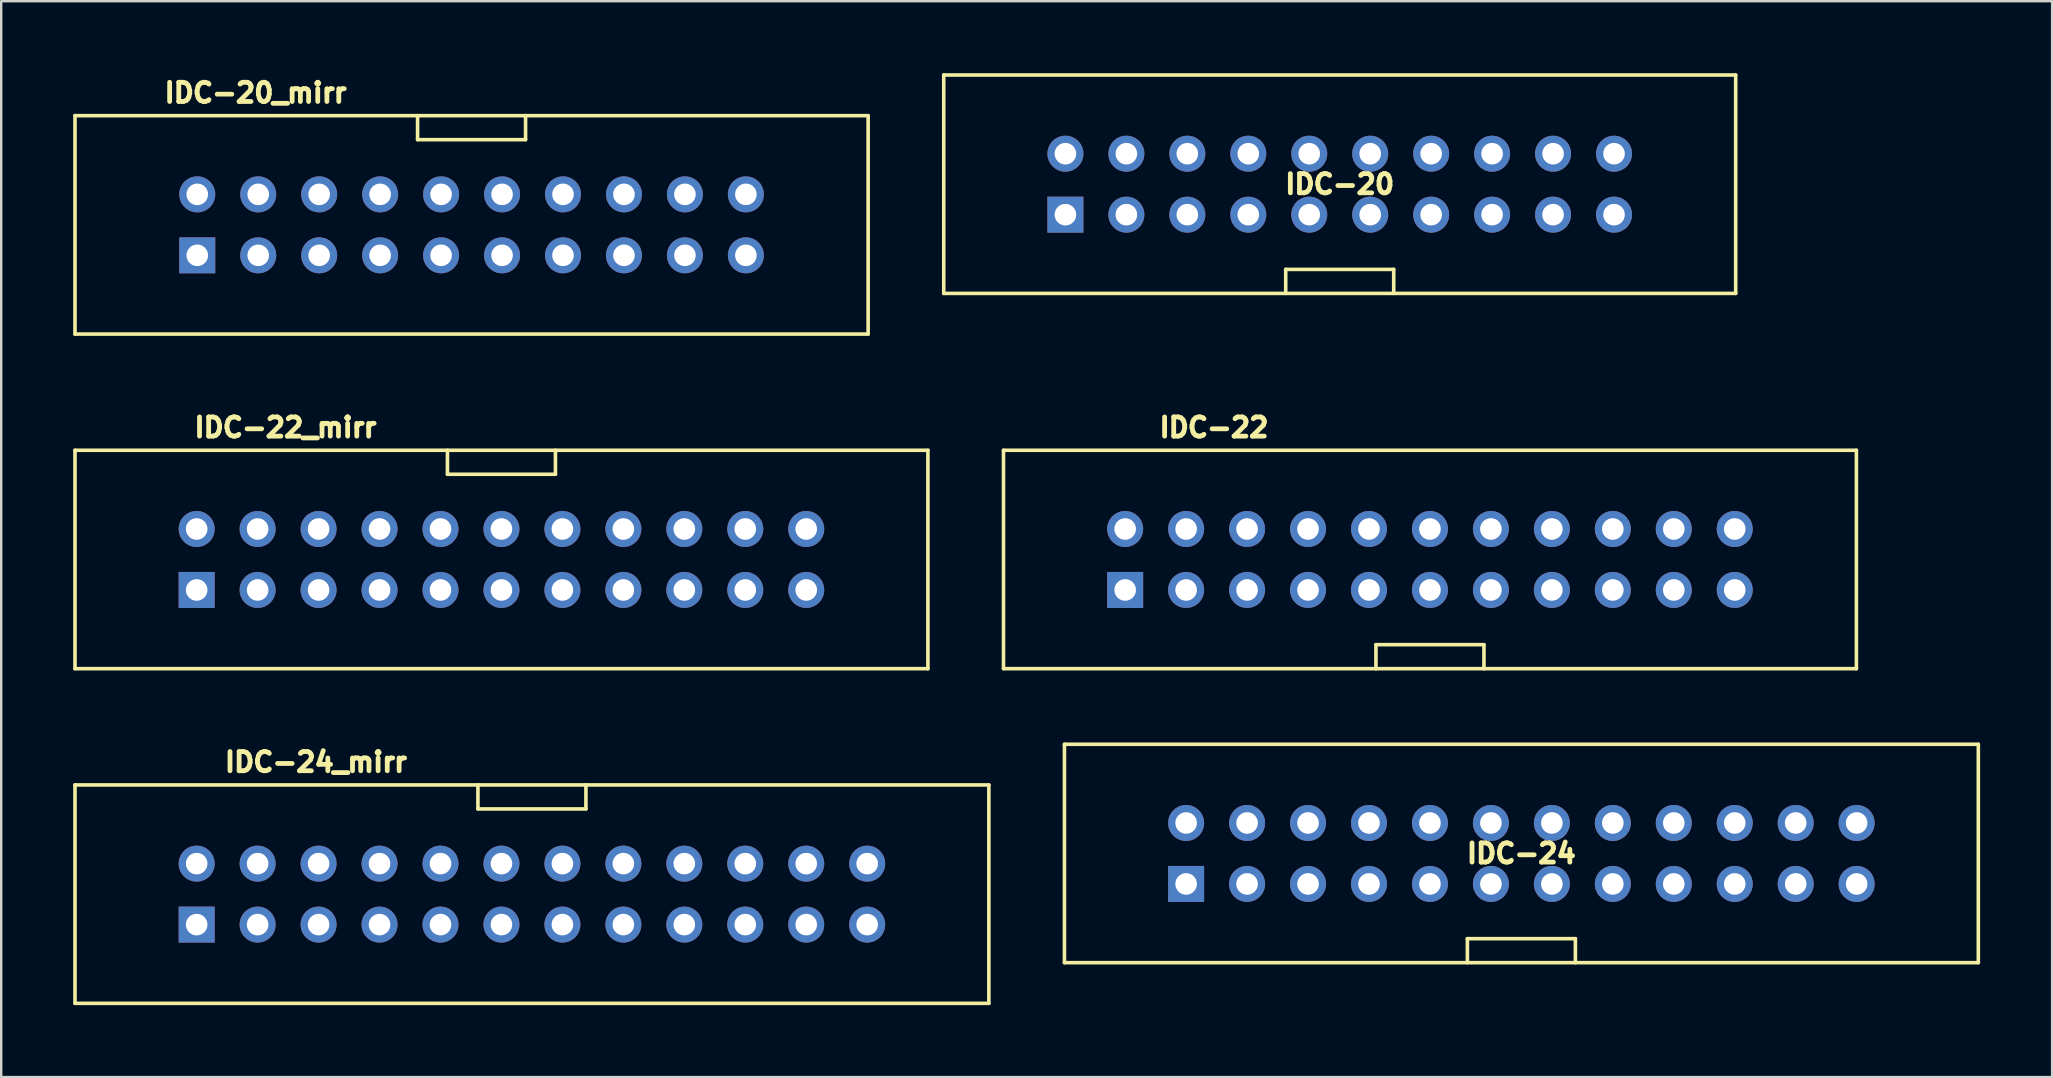
<source format=kicad_pcb>
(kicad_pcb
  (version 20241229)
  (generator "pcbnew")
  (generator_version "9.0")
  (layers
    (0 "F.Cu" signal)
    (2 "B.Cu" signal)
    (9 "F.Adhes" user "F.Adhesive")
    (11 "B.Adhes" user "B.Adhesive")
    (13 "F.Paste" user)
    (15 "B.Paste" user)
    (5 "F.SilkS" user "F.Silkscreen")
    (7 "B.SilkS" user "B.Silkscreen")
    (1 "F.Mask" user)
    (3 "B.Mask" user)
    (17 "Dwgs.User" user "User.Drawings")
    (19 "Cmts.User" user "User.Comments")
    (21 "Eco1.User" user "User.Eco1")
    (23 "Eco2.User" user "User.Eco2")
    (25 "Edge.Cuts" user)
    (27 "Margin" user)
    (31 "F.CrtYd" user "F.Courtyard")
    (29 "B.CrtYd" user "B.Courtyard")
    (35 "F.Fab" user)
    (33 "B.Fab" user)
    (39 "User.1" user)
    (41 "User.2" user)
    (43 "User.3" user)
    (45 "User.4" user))
  (footprint "IDC-22_mirr"
    (layer "F.Cu")
    (at 17.845 20.263)
    (property "Reference" "IDC-22_mirr" (at -9 -5.5 0) (layer "F.SilkS") (effects (font (size 0.8 0.8) (thickness 0.2))))
    (attr through_hole)
    (fp_line (start -17.77 4.55) (end -17.77 -4.55) (stroke (width 0.15) (type solid)) (layer "F.SilkS"))
    (fp_line (start -17.77 4.55) (end 17.77 4.55) (stroke (width 0.15) (type solid)) (layer "F.SilkS"))
    (fp_line (start -2.25 -3.55) (end -2.25 -4.55) (stroke (width 0.15) (type solid)) (layer "F.SilkS"))
    (fp_line (start 2.25 -3.55) (end -2.25 -3.55) (stroke (width 0.15) (type solid)) (layer "F.SilkS"))
    (fp_line (start 2.25 -3.55) (end 2.25 -4.55) (stroke (width 0.15) (type solid)) (layer "F.SilkS"))
    (fp_line (start 17.77 -4.55) (end -17.77 -4.55) (stroke (width 0.15) (type solid)) (layer "F.SilkS"))
    (fp_line (start 17.77 4.55) (end 17.77 -4.55) (stroke (width 0.15) (type solid)) (layer "F.SilkS"))
    (pad "1" thru_hole rect (at -12.7 1.27) (size 1.5 1.5) (drill 0.9) (layers "*.Cu" "*.Mask"))
    (pad "2" thru_hole circle (at -12.7 -1.27) (size 1.5 1.5) (drill 0.9) (layers "*.Cu" "*.Mask"))
    (pad "3" thru_hole circle (at -10.16 1.27) (size 1.5 1.5) (drill 0.9) (layers "*.Cu" "*.Mask"))
    (pad "4" thru_hole circle (at -10.16 -1.27) (size 1.5 1.5) (drill 0.9) (layers "*.Cu" "*.Mask"))
    (pad "5" thru_hole circle (at -7.62 1.27) (size 1.5 1.5) (drill 0.9) (layers "*.Cu" "*.Mask"))
    (pad "6" thru_hole circle (at -7.62 -1.27) (size 1.5 1.5) (drill 0.9) (layers "*.Cu" "*.Mask"))
    (pad "7" thru_hole circle (at -5.08 1.27) (size 1.5 1.5) (drill 0.9) (layers "*.Cu" "*.Mask"))
    (pad "8" thru_hole circle (at -5.08 -1.27) (size 1.5 1.5) (drill 0.9) (layers "*.Cu" "*.Mask"))
    (pad "9" thru_hole circle (at -2.54 1.27) (size 1.5 1.5) (drill 0.9) (layers "*.Cu" "*.Mask"))
    (pad "10" thru_hole circle (at -2.54 -1.27) (size 1.5 1.5) (drill 0.9) (layers "*.Cu" "*.Mask"))
    (pad "11" thru_hole circle (at 0 1.27) (size 1.5 1.5) (drill 0.9) (layers "*.Cu" "*.Mask"))
    (pad "12" thru_hole circle (at 0 -1.27) (size 1.5 1.5) (drill 0.9) (layers "*.Cu" "*.Mask"))
    (pad "13" thru_hole circle (at 2.54 1.27) (size 1.5 1.5) (drill 0.9) (layers "*.Cu" "*.Mask"))
    (pad "14" thru_hole circle (at 2.54 -1.27) (size 1.5 1.5) (drill 0.9) (layers "*.Cu" "*.Mask"))
    (pad "15" thru_hole circle (at 5.08 1.27) (size 1.5 1.5) (drill 0.9) (layers "*.Cu" "*.Mask"))
    (pad "16" thru_hole circle (at 5.08 -1.27) (size 1.5 1.5) (drill 0.9) (layers "*.Cu" "*.Mask"))
    (pad "17" thru_hole circle (at 7.62 1.27) (size 1.5 1.5) (drill 0.9) (layers "*.Cu" "*.Mask"))
    (pad "18" thru_hole circle (at 7.62 -1.27) (size 1.5 1.5) (drill 0.9) (layers "*.Cu" "*.Mask"))
    (pad "19" thru_hole circle (at 10.16 1.27) (size 1.5 1.5) (drill 0.9) (layers "*.Cu" "*.Mask"))
    (pad "20" thru_hole circle (at 10.16 -1.27) (size 1.5 1.5) (drill 0.9) (layers "*.Cu" "*.Mask"))
    (pad "21" thru_hole circle (at 12.7 1.27) (size 1.5 1.5) (drill 0.9) (layers "*.Cu" "*.Mask"))
    (pad "22" thru_hole circle (at 12.7 -1.27) (size 1.5 1.5) (drill 0.9) (layers "*.Cu" "*.Mask")))
  (footprint "IDC-24"
    (layer "F.Cu")
    (at 60.345 32.513)
    (property "Reference" "IDC-24" (at 0 0 0) (layer "F.SilkS") (effects (font (size 0.8 0.8) (thickness 0.2))))
    (attr through_hole)
    (fp_line (start -19.04 4.55) (end -19.04 -4.55) (stroke (width 0.15) (type solid)) (layer "F.SilkS"))
    (fp_line (start -19.04 4.55) (end 19.04 4.55) (stroke (width 0.15) (type solid)) (layer "F.SilkS"))
    (fp_line (start -2.25 3.55) (end -2.25 4.55) (stroke (width 0.15) (type solid)) (layer "F.SilkS"))
    (fp_line (start 2.25 3.55) (end -2.25 3.55) (stroke (width 0.15) (type solid)) (layer "F.SilkS"))
    (fp_line (start 2.25 3.55) (end 2.25 4.55) (stroke (width 0.15) (type solid)) (layer "F.SilkS"))
    (fp_line (start 19.04 -4.55) (end -19.04 -4.55) (stroke (width 0.15) (type solid)) (layer "F.SilkS"))
    (fp_line (start 19.04 4.55) (end 19.04 -4.55) (stroke (width 0.15) (type solid)) (layer "F.SilkS"))
    (pad "1" thru_hole rect (at -13.97 1.27) (size 1.5 1.5) (drill 0.9) (layers "*.Cu" "*.Mask"))
    (pad "2" thru_hole circle (at -13.97 -1.27) (size 1.5 1.5) (drill 0.9) (layers "*.Cu" "*.Mask"))
    (pad "3" thru_hole circle (at -11.43 1.27) (size 1.5 1.5) (drill 0.9) (layers "*.Cu" "*.Mask"))
    (pad "4" thru_hole circle (at -11.43 -1.27) (size 1.5 1.5) (drill 0.9) (layers "*.Cu" "*.Mask"))
    (pad "5" thru_hole circle (at -8.89 1.27) (size 1.5 1.5) (drill 0.9) (layers "*.Cu" "*.Mask"))
    (pad "6" thru_hole circle (at -8.89 -1.27) (size 1.5 1.5) (drill 0.9) (layers "*.Cu" "*.Mask"))
    (pad "7" thru_hole circle (at -6.35 1.27) (size 1.5 1.5) (drill 0.9) (layers "*.Cu" "*.Mask"))
    (pad "8" thru_hole circle (at -6.35 -1.27) (size 1.5 1.5) (drill 0.9) (layers "*.Cu" "*.Mask"))
    (pad "9" thru_hole circle (at -3.81 1.27) (size 1.5 1.5) (drill 0.9) (layers "*.Cu" "*.Mask"))
    (pad "10" thru_hole circle (at -3.81 -1.27) (size 1.5 1.5) (drill 0.9) (layers "*.Cu" "*.Mask"))
    (pad "11" thru_hole circle (at -1.27 1.27) (size 1.5 1.5) (drill 0.9) (layers "*.Cu" "*.Mask"))
    (pad "12" thru_hole circle (at -1.27 -1.27) (size 1.5 1.5) (drill 0.9) (layers "*.Cu" "*.Mask"))
    (pad "13" thru_hole circle (at 1.27 1.27) (size 1.5 1.5) (drill 0.9) (layers "*.Cu" "*.Mask"))
    (pad "14" thru_hole circle (at 1.27 -1.27) (size 1.5 1.5) (drill 0.9) (layers "*.Cu" "*.Mask"))
    (pad "15" thru_hole circle (at 3.81 1.27) (size 1.5 1.5) (drill 0.9) (layers "*.Cu" "*.Mask"))
    (pad "16" thru_hole circle (at 3.81 -1.27) (size 1.5 1.5) (drill 0.9) (layers "*.Cu" "*.Mask"))
    (pad "17" thru_hole circle (at 6.35 1.27) (size 1.5 1.5) (drill 0.9) (layers "*.Cu" "*.Mask"))
    (pad "18" thru_hole circle (at 6.35 -1.27) (size 1.5 1.5) (drill 0.9) (layers "*.Cu" "*.Mask"))
    (pad "19" thru_hole circle (at 8.89 1.27) (size 1.5 1.5) (drill 0.9) (layers "*.Cu" "*.Mask"))
    (pad "20" thru_hole circle (at 8.89 -1.27) (size 1.5 1.5) (drill 0.9) (layers "*.Cu" "*.Mask"))
    (pad "21" thru_hole circle (at 11.43 1.27) (size 1.5 1.5) (drill 0.9) (layers "*.Cu" "*.Mask"))
    (pad "22" thru_hole circle (at 11.43 -1.27) (size 1.5 1.5) (drill 0.9) (layers "*.Cu" "*.Mask"))
    (pad "23" thru_hole circle (at 13.97 1.27) (size 1.5 1.5) (drill 0.9) (layers "*.Cu" "*.Mask"))
    (pad "24" thru_hole circle (at 13.97 -1.27) (size 1.5 1.5) (drill 0.9) (layers "*.Cu" "*.Mask")))
  (footprint "IDC-22"
    (layer "F.Cu")
    (at 56.535 20.263)
    (property "Reference" "IDC-22" (at -9 -5.5 0) (layer "F.SilkS") (effects (font (size 0.8 0.8) (thickness 0.2))))
    (attr through_hole)
    (fp_line (start -17.77 4.55) (end -17.77 -4.55) (stroke (width 0.15) (type solid)) (layer "F.SilkS"))
    (fp_line (start -17.77 4.55) (end 17.77 4.55) (stroke (width 0.15) (type solid)) (layer "F.SilkS"))
    (fp_line (start -2.25 3.55) (end -2.25 4.55) (stroke (width 0.15) (type solid)) (layer "F.SilkS"))
    (fp_line (start 2.25 3.55) (end -2.25 3.55) (stroke (width 0.15) (type solid)) (layer "F.SilkS"))
    (fp_line (start 2.25 3.55) (end 2.25 4.55) (stroke (width 0.15) (type solid)) (layer "F.SilkS"))
    (fp_line (start 17.77 -4.55) (end -17.77 -4.55) (stroke (width 0.15) (type solid)) (layer "F.SilkS"))
    (fp_line (start 17.77 4.55) (end 17.77 -4.55) (stroke (width 0.15) (type solid)) (layer "F.SilkS"))
    (pad "1" thru_hole rect (at -12.7 1.27) (size 1.5 1.5) (drill 0.9) (layers "*.Cu" "*.Mask"))
    (pad "2" thru_hole circle (at -12.7 -1.27) (size 1.5 1.5) (drill 0.9) (layers "*.Cu" "*.Mask"))
    (pad "3" thru_hole circle (at -10.16 1.27) (size 1.5 1.5) (drill 0.9) (layers "*.Cu" "*.Mask"))
    (pad "4" thru_hole circle (at -10.16 -1.27) (size 1.5 1.5) (drill 0.9) (layers "*.Cu" "*.Mask"))
    (pad "5" thru_hole circle (at -7.62 1.27) (size 1.5 1.5) (drill 0.9) (layers "*.Cu" "*.Mask"))
    (pad "6" thru_hole circle (at -7.62 -1.27) (size 1.5 1.5) (drill 0.9) (layers "*.Cu" "*.Mask"))
    (pad "7" thru_hole circle (at -5.08 1.27) (size 1.5 1.5) (drill 0.9) (layers "*.Cu" "*.Mask"))
    (pad "8" thru_hole circle (at -5.08 -1.27) (size 1.5 1.5) (drill 0.9) (layers "*.Cu" "*.Mask"))
    (pad "9" thru_hole circle (at -2.54 1.27) (size 1.5 1.5) (drill 0.9) (layers "*.Cu" "*.Mask"))
    (pad "10" thru_hole circle (at -2.54 -1.27) (size 1.5 1.5) (drill 0.9) (layers "*.Cu" "*.Mask"))
    (pad "11" thru_hole circle (at 0 1.27) (size 1.5 1.5) (drill 0.9) (layers "*.Cu" "*.Mask"))
    (pad "12" thru_hole circle (at 0 -1.27) (size 1.5 1.5) (drill 0.9) (layers "*.Cu" "*.Mask"))
    (pad "13" thru_hole circle (at 2.54 1.27) (size 1.5 1.5) (drill 0.9) (layers "*.Cu" "*.Mask"))
    (pad "14" thru_hole circle (at 2.54 -1.27) (size 1.5 1.5) (drill 0.9) (layers "*.Cu" "*.Mask"))
    (pad "15" thru_hole circle (at 5.08 1.27) (size 1.5 1.5) (drill 0.9) (layers "*.Cu" "*.Mask"))
    (pad "16" thru_hole circle (at 5.08 -1.27) (size 1.5 1.5) (drill 0.9) (layers "*.Cu" "*.Mask"))
    (pad "17" thru_hole circle (at 7.62 1.27) (size 1.5 1.5) (drill 0.9) (layers "*.Cu" "*.Mask"))
    (pad "18" thru_hole circle (at 7.62 -1.27) (size 1.5 1.5) (drill 0.9) (layers "*.Cu" "*.Mask"))
    (pad "19" thru_hole circle (at 10.16 1.27) (size 1.5 1.5) (drill 0.9) (layers "*.Cu" "*.Mask"))
    (pad "20" thru_hole circle (at 10.16 -1.27) (size 1.5 1.5) (drill 0.9) (layers "*.Cu" "*.Mask"))
    (pad "21" thru_hole circle (at 12.7 1.27) (size 1.5 1.5) (drill 0.9) (layers "*.Cu" "*.Mask"))
    (pad "22" thru_hole circle (at 12.7 -1.27) (size 1.5 1.5) (drill 0.9) (layers "*.Cu" "*.Mask")))
  (footprint "IDC-20"
    (layer "F.Cu")
    (at 52.775 4.625)
    (property "Reference" "IDC-20" (at 0 0 0) (layer "F.SilkS") (effects (font (size 0.8 0.8) (thickness 0.2))))
    (attr through_hole)
    (fp_line (start -16.5 4.55) (end -16.5 -4.55) (stroke (width 0.15) (type solid)) (layer "F.SilkS"))
    (fp_line (start -16.5 4.55) (end 16.5 4.55) (stroke (width 0.15) (type solid)) (layer "F.SilkS"))
    (fp_line (start -2.25 3.55) (end -2.25 4.55) (stroke (width 0.15) (type solid)) (layer "F.SilkS"))
    (fp_line (start 2.25 3.55) (end -2.25 3.55) (stroke (width 0.15) (type solid)) (layer "F.SilkS"))
    (fp_line (start 2.25 3.55) (end 2.25 4.55) (stroke (width 0.15) (type solid)) (layer "F.SilkS"))
    (fp_line (start 16.5 -4.55) (end -16.5 -4.55) (stroke (width 0.15) (type solid)) (layer "F.SilkS"))
    (fp_line (start 16.5 4.55) (end 16.5 -4.55) (stroke (width 0.15) (type solid)) (layer "F.SilkS"))
    (pad "1" thru_hole rect (at -11.43 1.27) (size 1.5 1.5) (drill 0.9) (layers "*.Cu" "*.Mask"))
    (pad "2" thru_hole circle (at -11.43 -1.27) (size 1.5 1.5) (drill 0.9) (layers "*.Cu" "*.Mask"))
    (pad "3" thru_hole circle (at -8.89 1.27) (size 1.5 1.5) (drill 0.9) (layers "*.Cu" "*.Mask"))
    (pad "4" thru_hole circle (at -8.89 -1.27) (size 1.5 1.5) (drill 0.9) (layers "*.Cu" "*.Mask"))
    (pad "5" thru_hole circle (at -6.35 1.27) (size 1.5 1.5) (drill 0.9) (layers "*.Cu" "*.Mask"))
    (pad "6" thru_hole circle (at -6.35 -1.27) (size 1.5 1.5) (drill 0.9) (layers "*.Cu" "*.Mask"))
    (pad "7" thru_hole circle (at -3.81 1.27) (size 1.5 1.5) (drill 0.9) (layers "*.Cu" "*.Mask"))
    (pad "8" thru_hole circle (at -3.81 -1.27) (size 1.5 1.5) (drill 0.9) (layers "*.Cu" "*.Mask"))
    (pad "9" thru_hole circle (at -1.27 1.27) (size 1.5 1.5) (drill 0.9) (layers "*.Cu" "*.Mask"))
    (pad "10" thru_hole circle (at -1.27 -1.27) (size 1.5 1.5) (drill 0.9) (layers "*.Cu" "*.Mask"))
    (pad "11" thru_hole circle (at 1.27 1.27) (size 1.5 1.5) (drill 0.9) (layers "*.Cu" "*.Mask"))
    (pad "12" thru_hole circle (at 1.27 -1.27) (size 1.5 1.5) (drill 0.9) (layers "*.Cu" "*.Mask"))
    (pad "13" thru_hole circle (at 3.81 1.27) (size 1.5 1.5) (drill 0.9) (layers "*.Cu" "*.Mask"))
    (pad "14" thru_hole circle (at 3.81 -1.27) (size 1.5 1.5) (drill 0.9) (layers "*.Cu" "*.Mask"))
    (pad "15" thru_hole circle (at 6.35 1.27) (size 1.5 1.5) (drill 0.9) (layers "*.Cu" "*.Mask"))
    (pad "16" thru_hole circle (at 6.35 -1.27) (size 1.5 1.5) (drill 0.9) (layers "*.Cu" "*.Mask"))
    (pad "17" thru_hole circle (at 8.89 1.27) (size 1.5 1.5) (drill 0.9) (layers "*.Cu" "*.Mask"))
    (pad "18" thru_hole circle (at 8.89 -1.27) (size 1.5 1.5) (drill 0.9) (layers "*.Cu" "*.Mask"))
    (pad "19" thru_hole circle (at 11.43 1.27) (size 1.5 1.5) (drill 0.9) (layers "*.Cu" "*.Mask"))
    (pad "20" thru_hole circle (at 11.43 -1.27) (size 1.5 1.5) (drill 0.9) (layers "*.Cu" "*.Mask")))
  (footprint "IDC-20_mirr"
    (layer "F.Cu")
    (at 16.6 6.319)
    (property "Reference" "IDC-20_mirr" (at -9 -5.5 0) (layer "F.SilkS") (effects (font (size 0.8 0.8) (thickness 0.2))))
    (attr through_hole)
    (fp_line (start -16.525 4.55) (end -16.525 -4.55) (stroke (width 0.15) (type solid)) (layer "F.SilkS"))
    (fp_line (start -16.525 4.55) (end 16.525 4.55) (stroke (width 0.15) (type solid)) (layer "F.SilkS"))
    (fp_line (start -2.25 -3.55) (end -2.25 -4.55) (stroke (width 0.15) (type solid)) (layer "F.SilkS"))
    (fp_line (start 2.25 -3.55) (end -2.25 -3.55) (stroke (width 0.15) (type solid)) (layer "F.SilkS"))
    (fp_line (start 2.25 -3.55) (end 2.25 -4.55) (stroke (width 0.15) (type solid)) (layer "F.SilkS"))
    (fp_line (start 16.525 -4.55) (end -16.525 -4.55) (stroke (width 0.15) (type solid)) (layer "F.SilkS"))
    (fp_line (start 16.525 4.55) (end 16.525 -4.55) (stroke (width 0.15) (type solid)) (layer "F.SilkS"))
    (pad "1" thru_hole rect (at -11.43 1.27) (size 1.5 1.5) (drill 0.9) (layers "*.Cu" "*.Mask"))
    (pad "2" thru_hole circle (at -11.43 -1.27) (size 1.5 1.5) (drill 0.9) (layers "*.Cu" "*.Mask"))
    (pad "3" thru_hole circle (at -8.89 1.27) (size 1.5 1.5) (drill 0.9) (layers "*.Cu" "*.Mask"))
    (pad "4" thru_hole circle (at -8.89 -1.27) (size 1.5 1.5) (drill 0.9) (layers "*.Cu" "*.Mask"))
    (pad "5" thru_hole circle (at -6.35 1.27) (size 1.5 1.5) (drill 0.9) (layers "*.Cu" "*.Mask"))
    (pad "6" thru_hole circle (at -6.35 -1.27) (size 1.5 1.5) (drill 0.9) (layers "*.Cu" "*.Mask"))
    (pad "7" thru_hole circle (at -3.81 1.27) (size 1.5 1.5) (drill 0.9) (layers "*.Cu" "*.Mask"))
    (pad "8" thru_hole circle (at -3.81 -1.27) (size 1.5 1.5) (drill 0.9) (layers "*.Cu" "*.Mask"))
    (pad "9" thru_hole circle (at -1.27 1.27) (size 1.5 1.5) (drill 0.9) (layers "*.Cu" "*.Mask"))
    (pad "10" thru_hole circle (at -1.27 -1.27) (size 1.5 1.5) (drill 0.9) (layers "*.Cu" "*.Mask"))
    (pad "11" thru_hole circle (at 1.27 1.27) (size 1.5 1.5) (drill 0.9) (layers "*.Cu" "*.Mask"))
    (pad "12" thru_hole circle (at 1.27 -1.27) (size 1.5 1.5) (drill 0.9) (layers "*.Cu" "*.Mask"))
    (pad "13" thru_hole circle (at 3.81 1.27) (size 1.5 1.5) (drill 0.9) (layers "*.Cu" "*.Mask"))
    (pad "14" thru_hole circle (at 3.81 -1.27) (size 1.5 1.5) (drill 0.9) (layers "*.Cu" "*.Mask"))
    (pad "15" thru_hole circle (at 6.35 1.27) (size 1.5 1.5) (drill 0.9) (layers "*.Cu" "*.Mask"))
    (pad "16" thru_hole circle (at 6.35 -1.27) (size 1.5 1.5) (drill 0.9) (layers "*.Cu" "*.Mask"))
    (pad "17" thru_hole circle (at 8.89 -1.27) (size 1.5 1.5) (drill 0.9) (layers "*.Cu" "*.Mask"))
    (pad "18" thru_hole circle (at 8.89 1.27) (size 1.5 1.5) (drill 0.9) (layers "*.Cu" "*.Mask"))
    (pad "19" thru_hole circle (at 11.43 -1.27) (size 1.5 1.5) (drill 0.9) (layers "*.Cu" "*.Mask"))
    (pad "20" thru_hole circle (at 11.43 1.27) (size 1.5 1.5) (drill 0.9) (layers "*.Cu" "*.Mask")))
  (footprint "IDC-24_mirr"
    (layer "F.Cu")
    (at 19.115 34.207)
    (property "Reference" "IDC-24_mirr" (at -9 -5.5 0) (layer "F.SilkS") (effects (font (size 0.8 0.8) (thickness 0.2))))
    (attr through_hole)
    (fp_line (start -19.04 4.55) (end -19.04 -4.55) (stroke (width 0.15) (type solid)) (layer "F.SilkS"))
    (fp_line (start -19.04 4.55) (end 19.04 4.55) (stroke (width 0.15) (type solid)) (layer "F.SilkS"))
    (fp_line (start -2.25 -3.55) (end -2.25 -4.55) (stroke (width 0.15) (type solid)) (layer "F.SilkS"))
    (fp_line (start 2.25 -3.55) (end -2.25 -3.55) (stroke (width 0.15) (type solid)) (layer "F.SilkS"))
    (fp_line (start 2.25 -3.55) (end 2.25 -4.55) (stroke (width 0.15) (type solid)) (layer "F.SilkS"))
    (fp_line (start 19.04 -4.55) (end -19.04 -4.55) (stroke (width 0.15) (type solid)) (layer "F.SilkS"))
    (fp_line (start 19.04 4.55) (end 19.04 -4.55) (stroke (width 0.15) (type solid)) (layer "F.SilkS"))
    (pad "1" thru_hole rect (at -13.97 1.27) (size 1.5 1.5) (drill 0.9) (layers "*.Cu" "*.Mask"))
    (pad "2" thru_hole circle (at -13.97 -1.27) (size 1.5 1.5) (drill 0.9) (layers "*.Cu" "*.Mask"))
    (pad "3" thru_hole circle (at -11.43 1.27) (size 1.5 1.5) (drill 0.9) (layers "*.Cu" "*.Mask"))
    (pad "4" thru_hole circle (at -11.43 -1.27) (size 1.5 1.5) (drill 0.9) (layers "*.Cu" "*.Mask"))
    (pad "5" thru_hole circle (at -8.89 1.27) (size 1.5 1.5) (drill 0.9) (layers "*.Cu" "*.Mask"))
    (pad "6" thru_hole circle (at -8.89 -1.27) (size 1.5 1.5) (drill 0.9) (layers "*.Cu" "*.Mask"))
    (pad "7" thru_hole circle (at -6.35 1.27) (size 1.5 1.5) (drill 0.9) (layers "*.Cu" "*.Mask"))
    (pad "8" thru_hole circle (at -6.35 -1.27) (size 1.5 1.5) (drill 0.9) (layers "*.Cu" "*.Mask"))
    (pad "9" thru_hole circle (at -3.81 1.27) (size 1.5 1.5) (drill 0.9) (layers "*.Cu" "*.Mask"))
    (pad "10" thru_hole circle (at -3.81 -1.27) (size 1.5 1.5) (drill 0.9) (layers "*.Cu" "*.Mask"))
    (pad "11" thru_hole circle (at -1.27 1.27) (size 1.5 1.5) (drill 0.9) (layers "*.Cu" "*.Mask"))
    (pad "12" thru_hole circle (at -1.27 -1.27) (size 1.5 1.5) (drill 0.9) (layers "*.Cu" "*.Mask"))
    (pad "13" thru_hole circle (at 1.27 1.27) (size 1.5 1.5) (drill 0.9) (layers "*.Cu" "*.Mask"))
    (pad "14" thru_hole circle (at 1.27 -1.27) (size 1.5 1.5) (drill 0.9) (layers "*.Cu" "*.Mask"))
    (pad "15" thru_hole circle (at 3.81 1.27) (size 1.5 1.5) (drill 0.9) (layers "*.Cu" "*.Mask"))
    (pad "16" thru_hole circle (at 3.81 -1.27) (size 1.5 1.5) (drill 0.9) (layers "*.Cu" "*.Mask"))
    (pad "17" thru_hole circle (at 6.35 1.27) (size 1.5 1.5) (drill 0.9) (layers "*.Cu" "*.Mask"))
    (pad "18" thru_hole circle (at 6.35 -1.27) (size 1.5 1.5) (drill 0.9) (layers "*.Cu" "*.Mask"))
    (pad "19" thru_hole circle (at 8.89 1.27) (size 1.5 1.5) (drill 0.9) (layers "*.Cu" "*.Mask"))
    (pad "20" thru_hole circle (at 8.89 -1.27) (size 1.5 1.5) (drill 0.9) (layers "*.Cu" "*.Mask"))
    (pad "21" thru_hole circle (at 11.43 1.27) (size 1.5 1.5) (drill 0.9) (layers "*.Cu" "*.Mask"))
    (pad "22" thru_hole circle (at 11.43 -1.27) (size 1.5 1.5) (drill 0.9) (layers "*.Cu" "*.Mask"))
    (pad "23" thru_hole circle (at 13.97 1.27) (size 1.5 1.5) (drill 0.9) (layers "*.Cu" "*.Mask"))
    (pad "24" thru_hole circle (at 13.97 -1.27) (size 1.5 1.5) (drill 0.9) (layers "*.Cu" "*.Mask")))
  (gr_rect
    (start -3 -3)
    (end 82.46 41.832)
    (stroke (width 0.1) (type default))
    (fill no)
    (layer "Edge.Cuts")))
</source>
